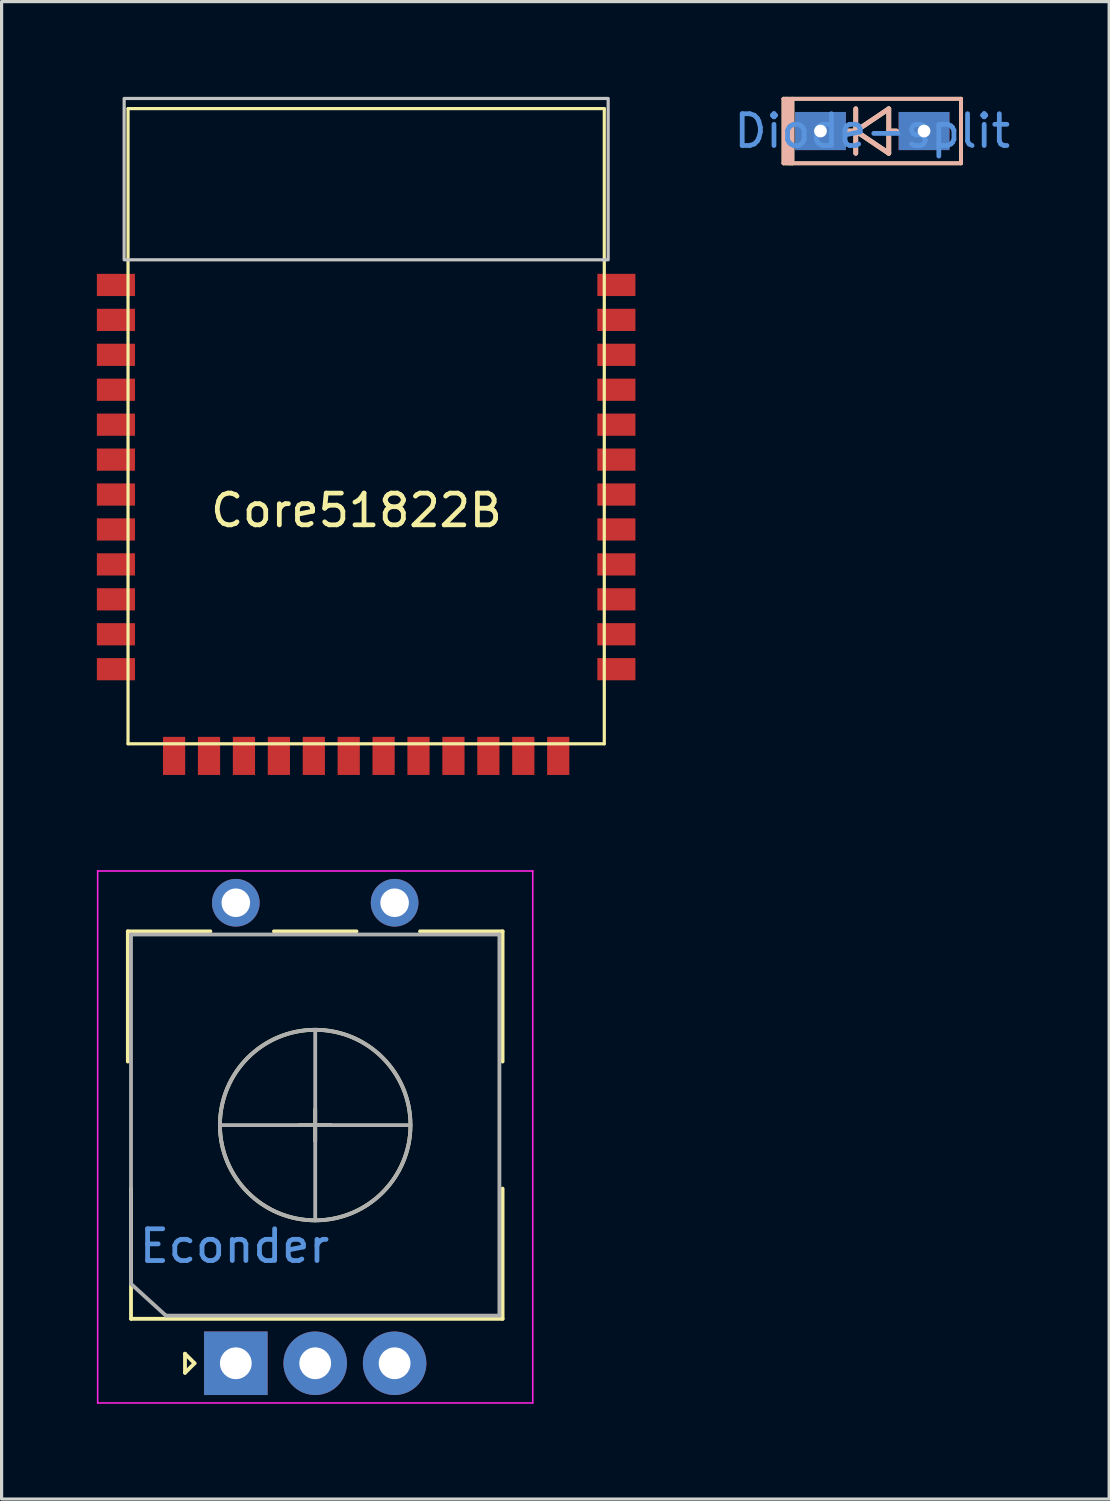
<source format=kicad_pcb>
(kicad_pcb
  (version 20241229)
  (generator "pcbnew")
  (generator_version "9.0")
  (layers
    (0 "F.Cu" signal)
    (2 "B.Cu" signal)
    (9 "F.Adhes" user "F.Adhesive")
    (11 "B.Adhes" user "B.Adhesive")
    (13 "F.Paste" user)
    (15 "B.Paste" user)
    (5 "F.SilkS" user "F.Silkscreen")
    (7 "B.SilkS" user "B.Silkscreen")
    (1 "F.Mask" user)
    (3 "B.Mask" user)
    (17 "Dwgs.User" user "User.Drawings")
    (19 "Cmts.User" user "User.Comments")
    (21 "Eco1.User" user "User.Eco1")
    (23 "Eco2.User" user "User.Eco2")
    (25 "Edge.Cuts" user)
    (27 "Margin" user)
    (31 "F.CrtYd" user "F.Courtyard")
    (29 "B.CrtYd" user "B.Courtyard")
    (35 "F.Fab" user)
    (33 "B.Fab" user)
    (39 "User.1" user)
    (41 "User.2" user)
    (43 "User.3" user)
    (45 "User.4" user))
  (footprint "Econder"
    (layer "F.Cu")
    (at 6.875 32.375)
    (property "Reference" "Econder" (at -2.54 3.81 0) (layer "Cmts.User") (effects (font (size 1 1) (thickness 0.15))))
    (attr through_hole)
    (fp_line (start -5.9 -6.1) (end -3.3 -6.1) (stroke (width 0.12) (type solid)) (layer "F.SilkS"))
    (fp_line (start -5.9 -2) (end -5.9 -6.1) (stroke (width 0.12) (type solid)) (layer "F.SilkS"))
    (fp_line (start -5.8 2) (end -5.8 6.1) (stroke (width 0.12) (type solid)) (layer "F.SilkS"))
    (fp_line (start -5.8 6.1) (end 5.9 6.1) (stroke (width 0.12) (type solid)) (layer "F.SilkS"))
    (fp_line (start -4.1 7.2) (end -3.8 7.5) (stroke (width 0.12) (type solid)) (layer "F.SilkS"))
    (fp_line (start -4.1 7.8) (end -4.1 7.2) (stroke (width 0.12) (type solid)) (layer "F.SilkS"))
    (fp_line (start -3.8 7.5) (end -4.1 7.8) (stroke (width 0.12) (type solid)) (layer "F.SilkS"))
    (fp_line (start -1.3 -6.1) (end 1.3 -6.1) (stroke (width 0.12) (type solid)) (layer "F.SilkS"))
    (fp_line (start -0.5 0) (end 0.5 0) (stroke (width 0.12) (type solid)) (layer "F.SilkS"))
    (fp_line (start 0 0.5) (end 0 -0.5) (stroke (width 0.12) (type solid)) (layer "F.SilkS"))
    (fp_line (start 3.3 -6.1) (end 5.9 -6.1) (stroke (width 0.12) (type solid)) (layer "F.SilkS"))
    (fp_line (start 5.9 -6.1) (end 5.9 -2) (stroke (width 0.12) (type solid)) (layer "F.SilkS"))
    (fp_line (start 5.9 2) (end 5.9 6.1) (stroke (width 0.12) (type solid)) (layer "F.SilkS"))
    (fp_circle (center 0 0) (end 0 -3) (stroke (width 0.12) (type solid)) (fill no) (layer "F.SilkS"))
    (fp_line (start -6.85 8.75) (end -6.85 -8) (stroke (width 0.05) (type solid)) (layer "F.CrtYd"))
    (fp_line (start -6.85 8.75) (end 6.85 8.75) (stroke (width 0.05) (type solid)) (layer "F.CrtYd"))
    (fp_line (start 6.85 -8) (end -6.85 -8) (stroke (width 0.05) (type solid)) (layer "F.CrtYd"))
    (fp_line (start 6.85 -8) (end 6.85 8.75) (stroke (width 0.05) (type solid)) (layer "F.CrtYd"))
    (fp_line (start -5.8 -6) (end 5.8 -6) (stroke (width 0.12) (type solid)) (layer "F.Fab"))
    (fp_line (start -5.8 5) (end -5.8 -6) (stroke (width 0.12) (type solid)) (layer "F.Fab"))
    (fp_line (start -4.7 6) (end -5.8 5) (stroke (width 0.12) (type solid)) (layer "F.Fab"))
    (fp_line (start -3 0) (end 3 0) (stroke (width 0.12) (type solid)) (layer "F.Fab"))
    (fp_line (start 0 3) (end 0 -3) (stroke (width 0.12) (type solid)) (layer "F.Fab"))
    (fp_line (start 5.8 -6) (end 5.8 6) (stroke (width 0.12) (type solid)) (layer "F.Fab"))
    (fp_line (start 5.8 6) (end -4.7 6) (stroke (width 0.12) (type solid)) (layer "F.Fab"))
    (fp_circle (center 0 0) (end 0 -3) (stroke (width 0.12) (type solid)) (fill no) (layer "F.Fab"))
    (pad "A" thru_hole rect (at -2.5 7.5 90) (size 2 2) (drill 1) (layers "*.Cu" "*.Mask"))
    (pad "B" thru_hole circle (at 2.5 7.5 90) (size 2 2) (drill 1) (layers "*.Cu" "*.Mask"))
    (pad "C" thru_hole circle (at 0 7.5 90) (size 2 2) (drill 1) (layers "*.Cu" "*.Mask"))
    (pad "S1" thru_hole circle (at -2.5 -7 90) (size 1.5 1.5) (drill 0.9) (layers "*.Cu" "*.Mask"))
    (pad "S2" thru_hole circle (at 2.5 -7 90) (size 1.5 1.5) (drill 0.9) (layers "*.Cu" "*.Mask")))
  (footprint "Diode-split"
    (layer "F.Cu")
    (at 24.415 1.076)
    (property "Reference" "Diode-split" (at 0 0 0) (layer "Cmts.User") (effects (font (size 1 1) (thickness 0.15))))
    (attr through_hole)
    (fp_line (start -2.794 -1.016) (end 2.794 -1.016) (stroke (width 0.12) (type solid)) (layer "F.SilkS"))
    (fp_line (start -2.794 1.016) (end -2.794 -1.016) (stroke (width 0.12) (type solid)) (layer "F.SilkS"))
    (fp_line (start -2.692 1.016) (end -2.692 -1.016) (stroke (width 0.12) (type solid)) (layer "F.SilkS"))
    (fp_line (start -2.616 -0.991) (end -2.616 1.016) (stroke (width 0.12) (type solid)) (layer "F.SilkS"))
    (fp_line (start -2.616 1.016) (end -2.515 1.016) (stroke (width 0.12) (type solid)) (layer "F.SilkS"))
    (fp_line (start -2.515 1.016) (end -2.515 -1.016) (stroke (width 0.12) (type solid)) (layer "F.SilkS"))
    (fp_line (start -0.52 0) (end -0.762 0) (stroke (width 0.15) (type solid)) (layer "F.SilkS"))
    (fp_line (start -0.52 0) (end 0.52 -0.7) (stroke (width 0.15) (type solid)) (layer "F.SilkS"))
    (fp_line (start -0.52 0.7) (end -0.52 -0.7) (stroke (width 0.15) (type solid)) (layer "F.SilkS"))
    (fp_line (start 0.52 -0.7) (end 0.52 0.7) (stroke (width 0.15) (type solid)) (layer "F.SilkS"))
    (fp_line (start 0.52 0) (end 0.762 0) (stroke (width 0.15) (type solid)) (layer "F.SilkS"))
    (fp_line (start 0.52 0.7) (end -0.52 0) (stroke (width 0.15) (type solid)) (layer "F.SilkS"))
    (fp_line (start 2.794 -1.016) (end 2.794 1.016) (stroke (width 0.12) (type solid)) (layer "F.SilkS"))
    (fp_line (start 2.794 1.016) (end -2.794 1.016) (stroke (width 0.12) (type solid)) (layer "F.SilkS"))
    (fp_line (start -2.794 -1.016) (end -2.794 1.016) (stroke (width 0.12) (type solid)) (layer "B.SilkS"))
    (fp_line (start -2.794 1.016) (end 2.794 1.016) (stroke (width 0.12) (type solid)) (layer "B.SilkS"))
    (fp_line (start -2.692 1.016) (end -2.692 -1.016) (stroke (width 0.12) (type solid)) (layer "B.SilkS"))
    (fp_line (start -2.591 -0.991) (end -2.591 1.016) (stroke (width 0.12) (type solid)) (layer "B.SilkS"))
    (fp_line (start -2.515 1.016) (end -2.515 -1.016) (stroke (width 0.12) (type solid)) (layer "B.SilkS"))
    (fp_line (start -0.52 -0.7) (end -0.52 0.7) (stroke (width 0.15) (type solid)) (layer "B.SilkS"))
    (fp_line (start -0.52 0) (end 0.52 0.7) (stroke (width 0.15) (type solid)) (layer "B.SilkS"))
    (fp_line (start -0.508 0) (end -0.75 0) (stroke (width 0.15) (type solid)) (layer "B.SilkS"))
    (fp_line (start 0.52 -0.7) (end -0.52 0) (stroke (width 0.15) (type solid)) (layer "B.SilkS"))
    (fp_line (start 0.52 0) (end 0.762 0) (stroke (width 0.15) (type solid)) (layer "B.SilkS"))
    (fp_line (start 0.52 0.7) (end 0.52 -0.7) (stroke (width 0.15) (type solid)) (layer "B.SilkS"))
    (fp_line (start 2.794 -1.016) (end -2.794 -1.016) (stroke (width 0.12) (type solid)) (layer "B.SilkS"))
    (fp_line (start 2.794 1.016) (end 2.794 -1.016) (stroke (width 0.12) (type solid)) (layer "B.SilkS"))
    (fp_text user " " (at 0 0 0) (layer "F.Fab") (effects (font (size 1 1) (thickness 0.15))))
    (pad "1" thru_hole rect (at -1.63 0) (size 1.6 1.2) (drill 0.4) (layers "*.Cu" "*.Mask" "F.Paste"))
    (pad "2" thru_hole rect (at 1.63 0) (size 1.6 1.2) (drill 0.4) (layers "*.Cu" "*.Mask" "F.Paste")))
  (footprint "Core51822B"
    (layer "F.Cu")
    (at 8.479 12.75)
    (property "Reference" "Core51822B" (at -0.305 0.271 0) (layer "F.SilkS") (effects (font (size 1 1) (thickness 0.15))))
    (attr through_hole)
    (fp_line (start -7.498 -12.38) (end -7.498 7.62) (stroke (width 0.1) (type solid)) (layer "F.SilkS"))
    (fp_line (start -7.498 7.62) (end 7.498 7.62) (stroke (width 0.1) (type solid)) (layer "F.SilkS"))
    (fp_line (start 7.498 -12.38) (end -7.498 -12.38) (stroke (width 0.1) (type solid)) (layer "F.SilkS"))
    (fp_line (start 7.498 7.62) (end 7.498 -12.38) (stroke (width 0.1) (type solid)) (layer "F.SilkS"))
    (fp_poly (pts (xy 7.62 -7.62) (xy -7.62 -7.62) (xy -7.62 -12.7) (xy 7.62 -12.7)) (stroke (width 0.1) (type solid)) (fill no) (layer "Dwgs.User"))
    (pad "1" smd rect (at -7.879 -6.828 90) (size 0.699 1.199) (layers "F.Cu" "F.Mask" "F.Paste"))
    (pad "2" smd rect (at -7.879 -5.728 90) (size 0.699 1.199) (layers "F.Cu" "F.Mask" "F.Paste"))
    (pad "3" smd rect (at -7.879 -4.628 90) (size 0.699 1.199) (layers "F.Cu" "F.Mask" "F.Paste"))
    (pad "4" smd rect (at -7.879 -3.528 90) (size 0.699 1.199) (layers "F.Cu" "F.Mask" "F.Paste"))
    (pad "5" smd rect (at -7.879 -2.428 90) (size 0.699 1.199) (layers "F.Cu" "F.Mask" "F.Paste"))
    (pad "6" smd rect (at -7.879 -1.328 90) (size 0.699 1.199) (layers "F.Cu" "F.Mask" "F.Paste"))
    (pad "7" smd rect (at -7.879 -0.229 90) (size 0.699 1.199) (layers "F.Cu" "F.Mask" "F.Paste"))
    (pad "8" smd rect (at -7.879 0.871 90) (size 0.699 1.199) (layers "F.Cu" "F.Mask" "F.Paste"))
    (pad "9" smd rect (at -7.879 1.971 90) (size 0.699 1.199) (layers "F.Cu" "F.Mask" "F.Paste"))
    (pad "10" smd rect (at -7.879 3.071 90) (size 0.699 1.199) (layers "F.Cu" "F.Mask" "F.Paste"))
    (pad "11" smd rect (at -7.879 4.171 90) (size 0.699 1.199) (layers "F.Cu" "F.Mask" "F.Paste"))
    (pad "12" smd rect (at -7.879 5.271 90) (size 0.699 1.199) (layers "F.Cu" "F.Mask" "F.Paste"))
    (pad "13" smd rect (at -6.048 8.001 90) (size 1.199 0.699) (layers "F.Cu" "F.Mask" "F.Paste"))
    (pad "14" smd rect (at -4.948 8.001 90) (size 1.199 0.699) (layers "F.Cu" "F.Mask" "F.Paste"))
    (pad "15" smd rect (at -3.848 8.001 90) (size 1.199 0.699) (layers "F.Cu" "F.Mask" "F.Paste"))
    (pad "16" smd rect (at -2.748 8.001 90) (size 1.199 0.699) (layers "F.Cu" "F.Mask" "F.Paste"))
    (pad "17" smd rect (at -1.648 8.001 90) (size 1.199 0.699) (layers "F.Cu" "F.Mask" "F.Paste"))
    (pad "18" smd rect (at -0.549 8.001 90) (size 1.199 0.699) (layers "F.Cu" "F.Mask" "F.Paste"))
    (pad "19" smd rect (at 0.549 8.001 90) (size 1.199 0.699) (layers "F.Cu" "F.Mask" "F.Paste"))
    (pad "20" smd rect (at 1.648 8.001 90) (size 1.199 0.699) (layers "F.Cu" "F.Mask" "F.Paste"))
    (pad "21" smd rect (at 2.748 8.001 90) (size 1.199 0.699) (layers "F.Cu" "F.Mask" "F.Paste"))
    (pad "22" smd rect (at 3.848 8.001 90) (size 1.199 0.699) (layers "F.Cu" "F.Mask" "F.Paste"))
    (pad "23" smd rect (at 4.948 8.001 90) (size 1.199 0.699) (layers "F.Cu" "F.Mask" "F.Paste"))
    (pad "24" smd rect (at 6.048 8.001 90) (size 1.199 0.699) (layers "F.Cu" "F.Mask" "F.Paste"))
    (pad "25" smd rect (at 7.879 5.271 90) (size 0.699 1.199) (layers "F.Cu" "F.Mask" "F.Paste"))
    (pad "26" smd rect (at 7.879 4.171 90) (size 0.699 1.199) (layers "F.Cu" "F.Mask" "F.Paste"))
    (pad "27" smd rect (at 7.879 3.071 90) (size 0.699 1.199) (layers "F.Cu" "F.Mask" "F.Paste"))
    (pad "28" smd rect (at 7.879 1.971 90) (size 0.699 1.199) (layers "F.Cu" "F.Mask" "F.Paste"))
    (pad "29" smd rect (at 7.879 0.871 90) (size 0.699 1.199) (layers "F.Cu" "F.Mask" "F.Paste"))
    (pad "30" smd rect (at 7.879 -0.229 90) (size 0.699 1.199) (layers "F.Cu" "F.Mask" "F.Paste"))
    (pad "31" smd rect (at 7.879 -1.328 90) (size 0.699 1.199) (layers "F.Cu" "F.Mask" "F.Paste"))
    (pad "32" smd rect (at 7.879 -2.428 90) (size 0.699 1.199) (layers "F.Cu" "F.Mask" "F.Paste"))
    (pad "33" smd rect (at 7.879 -3.528 90) (size 0.699 1.199) (layers "F.Cu" "F.Mask" "F.Paste"))
    (pad "34" smd rect (at 7.879 -4.628 90) (size 0.699 1.199) (layers "F.Cu" "F.Mask" "F.Paste"))
    (pad "35" smd rect (at 7.879 -5.728 90) (size 0.699 1.199) (layers "F.Cu" "F.Mask" "F.Paste"))
    (pad "36" smd rect (at 7.879 -6.828 90) (size 0.699 1.199) (layers "F.Cu" "F.Mask" "F.Paste")))
  (gr_rect
    (start -3 -3)
    (end 31.874 44.15)
    (stroke (width 0.1) (type default))
    (fill no)
    (layer "Edge.Cuts")))
</source>
